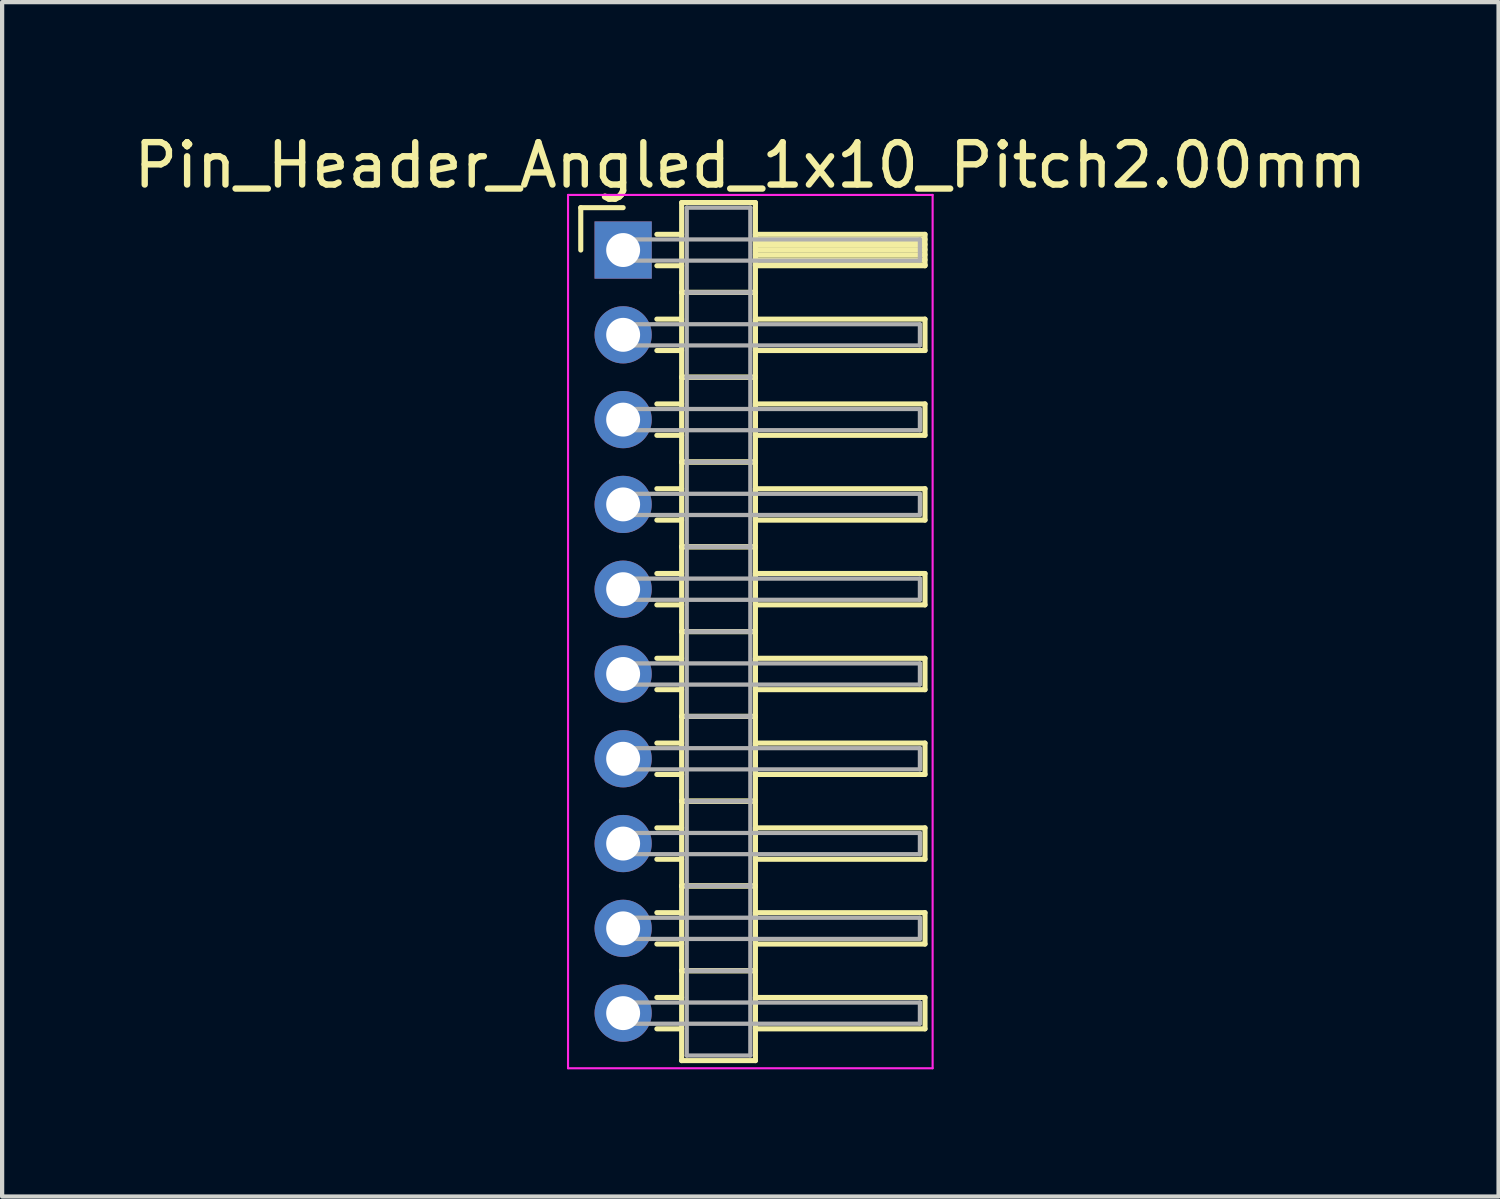
<source format=kicad_pcb>
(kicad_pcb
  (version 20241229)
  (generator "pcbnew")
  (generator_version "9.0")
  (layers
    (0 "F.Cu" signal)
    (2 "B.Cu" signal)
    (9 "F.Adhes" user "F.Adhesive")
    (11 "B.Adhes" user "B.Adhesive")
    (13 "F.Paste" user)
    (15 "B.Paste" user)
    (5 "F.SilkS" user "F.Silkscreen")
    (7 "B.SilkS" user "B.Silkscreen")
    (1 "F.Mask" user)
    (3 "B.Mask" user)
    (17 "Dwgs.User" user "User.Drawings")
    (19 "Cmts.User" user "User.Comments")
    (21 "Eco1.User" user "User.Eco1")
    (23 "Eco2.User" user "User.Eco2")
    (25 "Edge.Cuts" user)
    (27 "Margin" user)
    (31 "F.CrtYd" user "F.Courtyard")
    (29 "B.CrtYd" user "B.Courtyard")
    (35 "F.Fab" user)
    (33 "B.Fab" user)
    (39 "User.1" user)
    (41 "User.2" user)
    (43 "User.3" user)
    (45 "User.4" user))
  (footprint "Pin_Header_Angled_1x10_Pitch2.00mm"
    (layer "F.Cu")
    (at 11.649 2.848)
    (property "Reference" "Pin_Header_Angled_1x10_Pitch2.00mm" (at 3 -2 0) (layer "F.SilkS") (effects (font (size 1 1) (thickness 0.15))))
    (attr through_hole)
    (fp_line (start -1 -1) (end 0 -1) (stroke (width 0.12) (type solid)) (layer "F.SilkS"))
    (fp_line (start -1 0) (end -1 -1) (stroke (width 0.12) (type solid)) (layer "F.SilkS"))
    (fp_line (start 0.795 -0.37) (end 1.38 -0.37) (stroke (width 0.12) (type solid)) (layer "F.SilkS"))
    (fp_line (start 0.795 0.37) (end 1.38 0.37) (stroke (width 0.12) (type solid)) (layer "F.SilkS"))
    (fp_line (start 0.795 1.63) (end 1.38 1.63) (stroke (width 0.12) (type solid)) (layer "F.SilkS"))
    (fp_line (start 0.795 2.37) (end 1.38 2.37) (stroke (width 0.12) (type solid)) (layer "F.SilkS"))
    (fp_line (start 0.795 3.63) (end 1.38 3.63) (stroke (width 0.12) (type solid)) (layer "F.SilkS"))
    (fp_line (start 0.795 4.37) (end 1.38 4.37) (stroke (width 0.12) (type solid)) (layer "F.SilkS"))
    (fp_line (start 0.795 5.63) (end 1.38 5.63) (stroke (width 0.12) (type solid)) (layer "F.SilkS"))
    (fp_line (start 0.795 6.37) (end 1.38 6.37) (stroke (width 0.12) (type solid)) (layer "F.SilkS"))
    (fp_line (start 0.795 7.63) (end 1.38 7.63) (stroke (width 0.12) (type solid)) (layer "F.SilkS"))
    (fp_line (start 0.795 8.37) (end 1.38 8.37) (stroke (width 0.12) (type solid)) (layer "F.SilkS"))
    (fp_line (start 0.795 9.63) (end 1.38 9.63) (stroke (width 0.12) (type solid)) (layer "F.SilkS"))
    (fp_line (start 0.795 10.37) (end 1.38 10.37) (stroke (width 0.12) (type solid)) (layer "F.SilkS"))
    (fp_line (start 0.795 11.63) (end 1.38 11.63) (stroke (width 0.12) (type solid)) (layer "F.SilkS"))
    (fp_line (start 0.795 12.37) (end 1.38 12.37) (stroke (width 0.12) (type solid)) (layer "F.SilkS"))
    (fp_line (start 0.795 13.63) (end 1.38 13.63) (stroke (width 0.12) (type solid)) (layer "F.SilkS"))
    (fp_line (start 0.795 14.37) (end 1.38 14.37) (stroke (width 0.12) (type solid)) (layer "F.SilkS"))
    (fp_line (start 0.795 15.63) (end 1.38 15.63) (stroke (width 0.12) (type solid)) (layer "F.SilkS"))
    (fp_line (start 0.795 16.37) (end 1.38 16.37) (stroke (width 0.12) (type solid)) (layer "F.SilkS"))
    (fp_line (start 0.795 17.63) (end 1.38 17.63) (stroke (width 0.12) (type solid)) (layer "F.SilkS"))
    (fp_line (start 0.795 18.37) (end 1.38 18.37) (stroke (width 0.12) (type solid)) (layer "F.SilkS"))
    (fp_line (start 1.38 -1.12) (end 1.38 1) (stroke (width 0.12) (type solid)) (layer "F.SilkS"))
    (fp_line (start 1.38 1) (end 1.38 3) (stroke (width 0.12) (type solid)) (layer "F.SilkS"))
    (fp_line (start 1.38 1) (end 3.12 1) (stroke (width 0.12) (type solid)) (layer "F.SilkS"))
    (fp_line (start 1.38 3) (end 1.38 5) (stroke (width 0.12) (type solid)) (layer "F.SilkS"))
    (fp_line (start 1.38 3) (end 3.12 3) (stroke (width 0.12) (type solid)) (layer "F.SilkS"))
    (fp_line (start 1.38 5) (end 1.38 7) (stroke (width 0.12) (type solid)) (layer "F.SilkS"))
    (fp_line (start 1.38 5) (end 3.12 5) (stroke (width 0.12) (type solid)) (layer "F.SilkS"))
    (fp_line (start 1.38 7) (end 1.38 9) (stroke (width 0.12) (type solid)) (layer "F.SilkS"))
    (fp_line (start 1.38 7) (end 3.12 7) (stroke (width 0.12) (type solid)) (layer "F.SilkS"))
    (fp_line (start 1.38 9) (end 1.38 11) (stroke (width 0.12) (type solid)) (layer "F.SilkS"))
    (fp_line (start 1.38 9) (end 3.12 9) (stroke (width 0.12) (type solid)) (layer "F.SilkS"))
    (fp_line (start 1.38 11) (end 1.38 13) (stroke (width 0.12) (type solid)) (layer "F.SilkS"))
    (fp_line (start 1.38 11) (end 3.12 11) (stroke (width 0.12) (type solid)) (layer "F.SilkS"))
    (fp_line (start 1.38 13) (end 1.38 15) (stroke (width 0.12) (type solid)) (layer "F.SilkS"))
    (fp_line (start 1.38 13) (end 3.12 13) (stroke (width 0.12) (type solid)) (layer "F.SilkS"))
    (fp_line (start 1.38 15) (end 1.38 17) (stroke (width 0.12) (type solid)) (layer "F.SilkS"))
    (fp_line (start 1.38 15) (end 3.12 15) (stroke (width 0.12) (type solid)) (layer "F.SilkS"))
    (fp_line (start 1.38 17) (end 1.38 19.12) (stroke (width 0.12) (type solid)) (layer "F.SilkS"))
    (fp_line (start 1.38 17) (end 3.12 17) (stroke (width 0.12) (type solid)) (layer "F.SilkS"))
    (fp_line (start 1.38 19.12) (end 3.12 19.12) (stroke (width 0.12) (type solid)) (layer "F.SilkS"))
    (fp_line (start 3.12 -1.12) (end 1.38 -1.12) (stroke (width 0.12) (type solid)) (layer "F.SilkS"))
    (fp_line (start 3.12 -0.37) (end 3.12 0.37) (stroke (width 0.12) (type solid)) (layer "F.SilkS"))
    (fp_line (start 3.12 -0.25) (end 7.12 -0.25) (stroke (width 0.12) (type solid)) (layer "F.SilkS"))
    (fp_line (start 3.12 -0.13) (end 7.12 -0.13) (stroke (width 0.12) (type solid)) (layer "F.SilkS"))
    (fp_line (start 3.12 -0.01) (end 7.12 -0.01) (stroke (width 0.12) (type solid)) (layer "F.SilkS"))
    (fp_line (start 3.12 0.11) (end 7.12 0.11) (stroke (width 0.12) (type solid)) (layer "F.SilkS"))
    (fp_line (start 3.12 0.23) (end 7.12 0.23) (stroke (width 0.12) (type solid)) (layer "F.SilkS"))
    (fp_line (start 3.12 0.35) (end 7.12 0.35) (stroke (width 0.12) (type solid)) (layer "F.SilkS"))
    (fp_line (start 3.12 0.37) (end 7.12 0.37) (stroke (width 0.12) (type solid)) (layer "F.SilkS"))
    (fp_line (start 3.12 1) (end 1.38 1) (stroke (width 0.12) (type solid)) (layer "F.SilkS"))
    (fp_line (start 3.12 1) (end 3.12 -1.12) (stroke (width 0.12) (type solid)) (layer "F.SilkS"))
    (fp_line (start 3.12 1.63) (end 3.12 2.37) (stroke (width 0.12) (type solid)) (layer "F.SilkS"))
    (fp_line (start 3.12 2.37) (end 7.12 2.37) (stroke (width 0.12) (type solid)) (layer "F.SilkS"))
    (fp_line (start 3.12 3) (end 1.38 3) (stroke (width 0.12) (type solid)) (layer "F.SilkS"))
    (fp_line (start 3.12 3) (end 3.12 1) (stroke (width 0.12) (type solid)) (layer "F.SilkS"))
    (fp_line (start 3.12 3.63) (end 3.12 4.37) (stroke (width 0.12) (type solid)) (layer "F.SilkS"))
    (fp_line (start 3.12 4.37) (end 7.12 4.37) (stroke (width 0.12) (type solid)) (layer "F.SilkS"))
    (fp_line (start 3.12 5) (end 1.38 5) (stroke (width 0.12) (type solid)) (layer "F.SilkS"))
    (fp_line (start 3.12 5) (end 3.12 3) (stroke (width 0.12) (type solid)) (layer "F.SilkS"))
    (fp_line (start 3.12 5.63) (end 3.12 6.37) (stroke (width 0.12) (type solid)) (layer "F.SilkS"))
    (fp_line (start 3.12 6.37) (end 7.12 6.37) (stroke (width 0.12) (type solid)) (layer "F.SilkS"))
    (fp_line (start 3.12 7) (end 1.38 7) (stroke (width 0.12) (type solid)) (layer "F.SilkS"))
    (fp_line (start 3.12 7) (end 3.12 5) (stroke (width 0.12) (type solid)) (layer "F.SilkS"))
    (fp_line (start 3.12 7.63) (end 3.12 8.37) (stroke (width 0.12) (type solid)) (layer "F.SilkS"))
    (fp_line (start 3.12 8.37) (end 7.12 8.37) (stroke (width 0.12) (type solid)) (layer "F.SilkS"))
    (fp_line (start 3.12 9) (end 1.38 9) (stroke (width 0.12) (type solid)) (layer "F.SilkS"))
    (fp_line (start 3.12 9) (end 3.12 7) (stroke (width 0.12) (type solid)) (layer "F.SilkS"))
    (fp_line (start 3.12 9.63) (end 3.12 10.37) (stroke (width 0.12) (type solid)) (layer "F.SilkS"))
    (fp_line (start 3.12 10.37) (end 7.12 10.37) (stroke (width 0.12) (type solid)) (layer "F.SilkS"))
    (fp_line (start 3.12 11) (end 1.38 11) (stroke (width 0.12) (type solid)) (layer "F.SilkS"))
    (fp_line (start 3.12 11) (end 3.12 9) (stroke (width 0.12) (type solid)) (layer "F.SilkS"))
    (fp_line (start 3.12 11.63) (end 3.12 12.37) (stroke (width 0.12) (type solid)) (layer "F.SilkS"))
    (fp_line (start 3.12 12.37) (end 7.12 12.37) (stroke (width 0.12) (type solid)) (layer "F.SilkS"))
    (fp_line (start 3.12 13) (end 1.38 13) (stroke (width 0.12) (type solid)) (layer "F.SilkS"))
    (fp_line (start 3.12 13) (end 3.12 11) (stroke (width 0.12) (type solid)) (layer "F.SilkS"))
    (fp_line (start 3.12 13.63) (end 3.12 14.37) (stroke (width 0.12) (type solid)) (layer "F.SilkS"))
    (fp_line (start 3.12 14.37) (end 7.12 14.37) (stroke (width 0.12) (type solid)) (layer "F.SilkS"))
    (fp_line (start 3.12 15) (end 1.38 15) (stroke (width 0.12) (type solid)) (layer "F.SilkS"))
    (fp_line (start 3.12 15) (end 3.12 13) (stroke (width 0.12) (type solid)) (layer "F.SilkS"))
    (fp_line (start 3.12 15.63) (end 3.12 16.37) (stroke (width 0.12) (type solid)) (layer "F.SilkS"))
    (fp_line (start 3.12 16.37) (end 7.12 16.37) (stroke (width 0.12) (type solid)) (layer "F.SilkS"))
    (fp_line (start 3.12 17) (end 1.38 17) (stroke (width 0.12) (type solid)) (layer "F.SilkS"))
    (fp_line (start 3.12 17) (end 3.12 15) (stroke (width 0.12) (type solid)) (layer "F.SilkS"))
    (fp_line (start 3.12 17.63) (end 3.12 18.37) (stroke (width 0.12) (type solid)) (layer "F.SilkS"))
    (fp_line (start 3.12 18.37) (end 7.12 18.37) (stroke (width 0.12) (type solid)) (layer "F.SilkS"))
    (fp_line (start 3.12 19.12) (end 3.12 17) (stroke (width 0.12) (type solid)) (layer "F.SilkS"))
    (fp_line (start 7.12 -0.37) (end 3.12 -0.37) (stroke (width 0.12) (type solid)) (layer "F.SilkS"))
    (fp_line (start 7.12 0.37) (end 7.12 -0.37) (stroke (width 0.12) (type solid)) (layer "F.SilkS"))
    (fp_line (start 7.12 1.63) (end 3.12 1.63) (stroke (width 0.12) (type solid)) (layer "F.SilkS"))
    (fp_line (start 7.12 2.37) (end 7.12 1.63) (stroke (width 0.12) (type solid)) (layer "F.SilkS"))
    (fp_line (start 7.12 3.63) (end 3.12 3.63) (stroke (width 0.12) (type solid)) (layer "F.SilkS"))
    (fp_line (start 7.12 4.37) (end 7.12 3.63) (stroke (width 0.12) (type solid)) (layer "F.SilkS"))
    (fp_line (start 7.12 5.63) (end 3.12 5.63) (stroke (width 0.12) (type solid)) (layer "F.SilkS"))
    (fp_line (start 7.12 6.37) (end 7.12 5.63) (stroke (width 0.12) (type solid)) (layer "F.SilkS"))
    (fp_line (start 7.12 7.63) (end 3.12 7.63) (stroke (width 0.12) (type solid)) (layer "F.SilkS"))
    (fp_line (start 7.12 8.37) (end 7.12 7.63) (stroke (width 0.12) (type solid)) (layer "F.SilkS"))
    (fp_line (start 7.12 9.63) (end 3.12 9.63) (stroke (width 0.12) (type solid)) (layer "F.SilkS"))
    (fp_line (start 7.12 10.37) (end 7.12 9.63) (stroke (width 0.12) (type solid)) (layer "F.SilkS"))
    (fp_line (start 7.12 11.63) (end 3.12 11.63) (stroke (width 0.12) (type solid)) (layer "F.SilkS"))
    (fp_line (start 7.12 12.37) (end 7.12 11.63) (stroke (width 0.12) (type solid)) (layer "F.SilkS"))
    (fp_line (start 7.12 13.63) (end 3.12 13.63) (stroke (width 0.12) (type solid)) (layer "F.SilkS"))
    (fp_line (start 7.12 14.37) (end 7.12 13.63) (stroke (width 0.12) (type solid)) (layer "F.SilkS"))
    (fp_line (start 7.12 15.63) (end 3.12 15.63) (stroke (width 0.12) (type solid)) (layer "F.SilkS"))
    (fp_line (start 7.12 16.37) (end 7.12 15.63) (stroke (width 0.12) (type solid)) (layer "F.SilkS"))
    (fp_line (start 7.12 17.63) (end 3.12 17.63) (stroke (width 0.12) (type solid)) (layer "F.SilkS"))
    (fp_line (start 7.12 18.37) (end 7.12 17.63) (stroke (width 0.12) (type solid)) (layer "F.SilkS"))
    (fp_line (start -1.3 -1.3) (end -1.3 19.3) (stroke (width 0.05) (type solid)) (layer "F.CrtYd"))
    (fp_line (start -1.3 19.3) (end 7.3 19.3) (stroke (width 0.05) (type solid)) (layer "F.CrtYd"))
    (fp_line (start 7.3 -1.3) (end -1.3 -1.3) (stroke (width 0.05) (type solid)) (layer "F.CrtYd"))
    (fp_line (start 7.3 19.3) (end 7.3 -1.3) (stroke (width 0.05) (type solid)) (layer "F.CrtYd"))
    (fp_line (start 0 -0.25) (end 0 0.25) (stroke (width 0.1) (type solid)) (layer "F.Fab"))
    (fp_line (start 0 0.25) (end 7 0.25) (stroke (width 0.1) (type solid)) (layer "F.Fab"))
    (fp_line (start 0 1.75) (end 0 2.25) (stroke (width 0.1) (type solid)) (layer "F.Fab"))
    (fp_line (start 0 2.25) (end 7 2.25) (stroke (width 0.1) (type solid)) (layer "F.Fab"))
    (fp_line (start 0 3.75) (end 0 4.25) (stroke (width 0.1) (type solid)) (layer "F.Fab"))
    (fp_line (start 0 4.25) (end 7 4.25) (stroke (width 0.1) (type solid)) (layer "F.Fab"))
    (fp_line (start 0 5.75) (end 0 6.25) (stroke (width 0.1) (type solid)) (layer "F.Fab"))
    (fp_line (start 0 6.25) (end 7 6.25) (stroke (width 0.1) (type solid)) (layer "F.Fab"))
    (fp_line (start 0 7.75) (end 0 8.25) (stroke (width 0.1) (type solid)) (layer "F.Fab"))
    (fp_line (start 0 8.25) (end 7 8.25) (stroke (width 0.1) (type solid)) (layer "F.Fab"))
    (fp_line (start 0 9.75) (end 0 10.25) (stroke (width 0.1) (type solid)) (layer "F.Fab"))
    (fp_line (start 0 10.25) (end 7 10.25) (stroke (width 0.1) (type solid)) (layer "F.Fab"))
    (fp_line (start 0 11.75) (end 0 12.25) (stroke (width 0.1) (type solid)) (layer "F.Fab"))
    (fp_line (start 0 12.25) (end 7 12.25) (stroke (width 0.1) (type solid)) (layer "F.Fab"))
    (fp_line (start 0 13.75) (end 0 14.25) (stroke (width 0.1) (type solid)) (layer "F.Fab"))
    (fp_line (start 0 14.25) (end 7 14.25) (stroke (width 0.1) (type solid)) (layer "F.Fab"))
    (fp_line (start 0 15.75) (end 0 16.25) (stroke (width 0.1) (type solid)) (layer "F.Fab"))
    (fp_line (start 0 16.25) (end 7 16.25) (stroke (width 0.1) (type solid)) (layer "F.Fab"))
    (fp_line (start 0 17.75) (end 0 18.25) (stroke (width 0.1) (type solid)) (layer "F.Fab"))
    (fp_line (start 0 18.25) (end 7 18.25) (stroke (width 0.1) (type solid)) (layer "F.Fab"))
    (fp_line (start 1.5 -1) (end 1.5 1) (stroke (width 0.1) (type solid)) (layer "F.Fab"))
    (fp_line (start 1.5 1) (end 1.5 3) (stroke (width 0.1) (type solid)) (layer "F.Fab"))
    (fp_line (start 1.5 1) (end 3 1) (stroke (width 0.1) (type solid)) (layer "F.Fab"))
    (fp_line (start 1.5 3) (end 1.5 5) (stroke (width 0.1) (type solid)) (layer "F.Fab"))
    (fp_line (start 1.5 3) (end 3 3) (stroke (width 0.1) (type solid)) (layer "F.Fab"))
    (fp_line (start 1.5 5) (end 1.5 7) (stroke (width 0.1) (type solid)) (layer "F.Fab"))
    (fp_line (start 1.5 5) (end 3 5) (stroke (width 0.1) (type solid)) (layer "F.Fab"))
    (fp_line (start 1.5 7) (end 1.5 9) (stroke (width 0.1) (type solid)) (layer "F.Fab"))
    (fp_line (start 1.5 7) (end 3 7) (stroke (width 0.1) (type solid)) (layer "F.Fab"))
    (fp_line (start 1.5 9) (end 1.5 11) (stroke (width 0.1) (type solid)) (layer "F.Fab"))
    (fp_line (start 1.5 9) (end 3 9) (stroke (width 0.1) (type solid)) (layer "F.Fab"))
    (fp_line (start 1.5 11) (end 1.5 13) (stroke (width 0.1) (type solid)) (layer "F.Fab"))
    (fp_line (start 1.5 11) (end 3 11) (stroke (width 0.1) (type solid)) (layer "F.Fab"))
    (fp_line (start 1.5 13) (end 1.5 15) (stroke (width 0.1) (type solid)) (layer "F.Fab"))
    (fp_line (start 1.5 13) (end 3 13) (stroke (width 0.1) (type solid)) (layer "F.Fab"))
    (fp_line (start 1.5 15) (end 1.5 17) (stroke (width 0.1) (type solid)) (layer "F.Fab"))
    (fp_line (start 1.5 15) (end 3 15) (stroke (width 0.1) (type solid)) (layer "F.Fab"))
    (fp_line (start 1.5 17) (end 1.5 19) (stroke (width 0.1) (type solid)) (layer "F.Fab"))
    (fp_line (start 1.5 17) (end 3 17) (stroke (width 0.1) (type solid)) (layer "F.Fab"))
    (fp_line (start 1.5 19) (end 3 19) (stroke (width 0.1) (type solid)) (layer "F.Fab"))
    (fp_line (start 3 -1) (end 1.5 -1) (stroke (width 0.1) (type solid)) (layer "F.Fab"))
    (fp_line (start 3 1) (end 1.5 1) (stroke (width 0.1) (type solid)) (layer "F.Fab"))
    (fp_line (start 3 1) (end 3 -1) (stroke (width 0.1) (type solid)) (layer "F.Fab"))
    (fp_line (start 3 3) (end 1.5 3) (stroke (width 0.1) (type solid)) (layer "F.Fab"))
    (fp_line (start 3 3) (end 3 1) (stroke (width 0.1) (type solid)) (layer "F.Fab"))
    (fp_line (start 3 5) (end 1.5 5) (stroke (width 0.1) (type solid)) (layer "F.Fab"))
    (fp_line (start 3 5) (end 3 3) (stroke (width 0.1) (type solid)) (layer "F.Fab"))
    (fp_line (start 3 7) (end 1.5 7) (stroke (width 0.1) (type solid)) (layer "F.Fab"))
    (fp_line (start 3 7) (end 3 5) (stroke (width 0.1) (type solid)) (layer "F.Fab"))
    (fp_line (start 3 9) (end 1.5 9) (stroke (width 0.1) (type solid)) (layer "F.Fab"))
    (fp_line (start 3 9) (end 3 7) (stroke (width 0.1) (type solid)) (layer "F.Fab"))
    (fp_line (start 3 11) (end 1.5 11) (stroke (width 0.1) (type solid)) (layer "F.Fab"))
    (fp_line (start 3 11) (end 3 9) (stroke (width 0.1) (type solid)) (layer "F.Fab"))
    (fp_line (start 3 13) (end 1.5 13) (stroke (width 0.1) (type solid)) (layer "F.Fab"))
    (fp_line (start 3 13) (end 3 11) (stroke (width 0.1) (type solid)) (layer "F.Fab"))
    (fp_line (start 3 15) (end 1.5 15) (stroke (width 0.1) (type solid)) (layer "F.Fab"))
    (fp_line (start 3 15) (end 3 13) (stroke (width 0.1) (type solid)) (layer "F.Fab"))
    (fp_line (start 3 17) (end 1.5 17) (stroke (width 0.1) (type solid)) (layer "F.Fab"))
    (fp_line (start 3 17) (end 3 15) (stroke (width 0.1) (type solid)) (layer "F.Fab"))
    (fp_line (start 3 19) (end 3 17) (stroke (width 0.1) (type solid)) (layer "F.Fab"))
    (fp_line (start 7 -0.25) (end 0 -0.25) (stroke (width 0.1) (type solid)) (layer "F.Fab"))
    (fp_line (start 7 0.25) (end 7 -0.25) (stroke (width 0.1) (type solid)) (layer "F.Fab"))
    (fp_line (start 7 1.75) (end 0 1.75) (stroke (width 0.1) (type solid)) (layer "F.Fab"))
    (fp_line (start 7 2.25) (end 7 1.75) (stroke (width 0.1) (type solid)) (layer "F.Fab"))
    (fp_line (start 7 3.75) (end 0 3.75) (stroke (width 0.1) (type solid)) (layer "F.Fab"))
    (fp_line (start 7 4.25) (end 7 3.75) (stroke (width 0.1) (type solid)) (layer "F.Fab"))
    (fp_line (start 7 5.75) (end 0 5.75) (stroke (width 0.1) (type solid)) (layer "F.Fab"))
    (fp_line (start 7 6.25) (end 7 5.75) (stroke (width 0.1) (type solid)) (layer "F.Fab"))
    (fp_line (start 7 7.75) (end 0 7.75) (stroke (width 0.1) (type solid)) (layer "F.Fab"))
    (fp_line (start 7 8.25) (end 7 7.75) (stroke (width 0.1) (type solid)) (layer "F.Fab"))
    (fp_line (start 7 9.75) (end 0 9.75) (stroke (width 0.1) (type solid)) (layer "F.Fab"))
    (fp_line (start 7 10.25) (end 7 9.75) (stroke (width 0.1) (type solid)) (layer "F.Fab"))
    (fp_line (start 7 11.75) (end 0 11.75) (stroke (width 0.1) (type solid)) (layer "F.Fab"))
    (fp_line (start 7 12.25) (end 7 11.75) (stroke (width 0.1) (type solid)) (layer "F.Fab"))
    (fp_line (start 7 13.75) (end 0 13.75) (stroke (width 0.1) (type solid)) (layer "F.Fab"))
    (fp_line (start 7 14.25) (end 7 13.75) (stroke (width 0.1) (type solid)) (layer "F.Fab"))
    (fp_line (start 7 15.75) (end 0 15.75) (stroke (width 0.1) (type solid)) (layer "F.Fab"))
    (fp_line (start 7 16.25) (end 7 15.75) (stroke (width 0.1) (type solid)) (layer "F.Fab"))
    (fp_line (start 7 17.75) (end 0 17.75) (stroke (width 0.1) (type solid)) (layer "F.Fab"))
    (fp_line (start 7 18.25) (end 7 17.75) (stroke (width 0.1) (type solid)) (layer "F.Fab"))
    (pad "1" thru_hole rect (at 0 0) (size 1.35 1.35) (drill 0.8) (layers "*.Cu" "*.Mask"))
    (pad "2" thru_hole oval (at 0 2) (size 1.35 1.35) (drill 0.8) (layers "*.Cu" "*.Mask"))
    (pad "3" thru_hole oval (at 0 4) (size 1.35 1.35) (drill 0.8) (layers "*.Cu" "*.Mask"))
    (pad "4" thru_hole oval (at 0 6) (size 1.35 1.35) (drill 0.8) (layers "*.Cu" "*.Mask"))
    (pad "5" thru_hole oval (at 0 8) (size 1.35 1.35) (drill 0.8) (layers "*.Cu" "*.Mask"))
    (pad "6" thru_hole oval (at 0 10) (size 1.35 1.35) (drill 0.8) (layers "*.Cu" "*.Mask"))
    (pad "7" thru_hole oval (at 0 12) (size 1.35 1.35) (drill 0.8) (layers "*.Cu" "*.Mask"))
    (pad "8" thru_hole oval (at 0 14) (size 1.35 1.35) (drill 0.8) (layers "*.Cu" "*.Mask"))
    (pad "9" thru_hole oval (at 0 16) (size 1.35 1.35) (drill 0.8) (layers "*.Cu" "*.Mask"))
    (pad "10" thru_hole oval (at 0 18) (size 1.35 1.35) (drill 0.8) (layers "*.Cu" "*.Mask")))
  (gr_rect
    (start -3 -3)
    (end 32.298 25.173)
    (stroke (width 0.1) (type default))
    (fill no)
    (layer "Edge.Cuts")))
</source>
